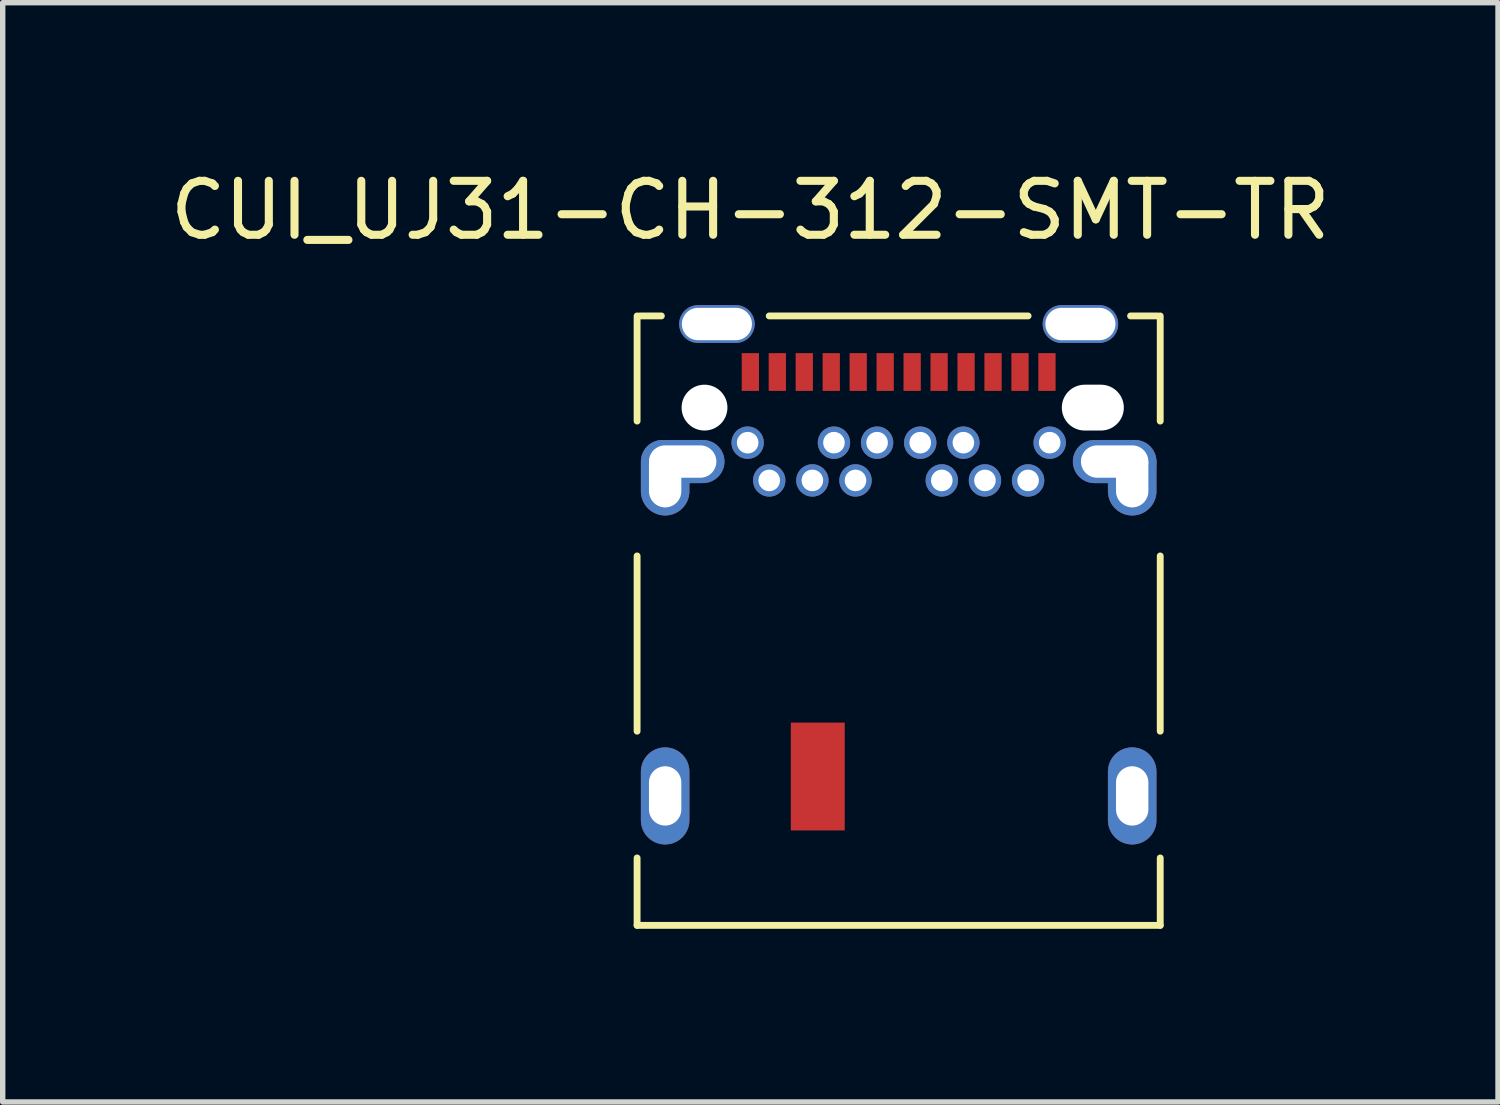
<source format=kicad_pcb>
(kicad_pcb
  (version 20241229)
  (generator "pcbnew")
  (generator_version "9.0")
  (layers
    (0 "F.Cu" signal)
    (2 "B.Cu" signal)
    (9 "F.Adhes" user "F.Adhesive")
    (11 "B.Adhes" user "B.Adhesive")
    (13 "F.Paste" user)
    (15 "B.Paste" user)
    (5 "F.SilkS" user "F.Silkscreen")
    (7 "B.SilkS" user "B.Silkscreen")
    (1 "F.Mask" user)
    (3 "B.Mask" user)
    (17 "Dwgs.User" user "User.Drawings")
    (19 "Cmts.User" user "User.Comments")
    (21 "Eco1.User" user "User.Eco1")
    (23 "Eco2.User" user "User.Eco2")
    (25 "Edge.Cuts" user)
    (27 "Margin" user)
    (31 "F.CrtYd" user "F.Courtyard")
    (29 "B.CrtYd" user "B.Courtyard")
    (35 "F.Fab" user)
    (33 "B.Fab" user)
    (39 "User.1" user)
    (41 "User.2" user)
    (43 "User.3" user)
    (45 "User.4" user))
  (footprint "CUI_UJ31-CH-312-SMT-TR"
    (layer "F.Cu")
    (at 13.613 3.848)
    (property "Reference" "CUI_UJ31-CH-312-SMT-TR" (at -2.75 -3 0) (layer "F.SilkS") (effects (font (size 1 1) (thickness 0.15))))
    (attr through_hole)
    (fp_line (start -4.85 -1.04) (end -4.85 0.91) (stroke (width 0.127) (type solid)) (layer "F.SilkS"))
    (fp_line (start -4.85 3.41) (end -4.85 6.66) (stroke (width 0.127) (type solid)) (layer "F.SilkS"))
    (fp_line (start -4.85 9.01) (end -4.85 10.26) (stroke (width 0.127) (type solid)) (layer "F.SilkS"))
    (fp_line (start -4.85 10.26) (end 4.85 10.26) (stroke (width 0.127) (type solid)) (layer "F.SilkS"))
    (fp_line (start -4.8 -1.04) (end -4.4 -1.04) (stroke (width 0.127) (type solid)) (layer "F.SilkS"))
    (fp_line (start -2.4 -1.04) (end 2.4 -1.04) (stroke (width 0.127) (type solid)) (layer "F.SilkS"))
    (fp_line (start 4.8 -1.04) (end 4.3 -1.04) (stroke (width 0.127) (type solid)) (layer "F.SilkS"))
    (fp_line (start 4.85 -1.04) (end 4.85 0.91) (stroke (width 0.127) (type solid)) (layer "F.SilkS"))
    (fp_line (start 4.85 6.66) (end 4.85 3.41) (stroke (width 0.127) (type solid)) (layer "F.SilkS"))
    (fp_line (start 4.85 10.26) (end 4.85 9.01) (stroke (width 0.127) (type solid)) (layer "F.SilkS"))
    (fp_line (start -5.12 -1.49) (end 5.12 -1.49) (stroke (width 0.05) (type solid)) (layer "Eco1.User"))
    (fp_line (start -5.12 10.51) (end -5.12 -1.49) (stroke (width 0.05) (type solid)) (layer "Eco1.User"))
    (fp_line (start 5.12 -1.49) (end 5.12 10.51) (stroke (width 0.05) (type solid)) (layer "Eco1.User"))
    (fp_line (start 5.12 10.51) (end -5.12 10.51) (stroke (width 0.05) (type solid)) (layer "Eco1.User"))
    (pad "" np_thru_hole circle (at -3.6 0.66) (size 0.85 0.85) (drill 0.85) (layers "*.Cu" "*.Mask"))
    (pad "" smd rect (at -1.5 7.5) (size 1 0.5) (layers "F.Paste"))
    (pad "" np_thru_hole oval (at 3.6 0.66) (size 1.15 0.85) (drill oval 1.15 0.85) (layers "*.Cu" "*.Mask"))
    (pad "A1" smd rect (at -2.75 0) (size 0.32 0.7) (layers "F.Cu" "F.Mask" "F.Paste"))
    (pad "A2" smd rect (at -2.25 0) (size 0.32 0.7) (layers "F.Cu" "F.Mask" "F.Paste"))
    (pad "A3" smd rect (at -1.75 0) (size 0.32 0.7) (layers "F.Cu" "F.Mask" "F.Paste"))
    (pad "A4" smd rect (at -1.25 0) (size 0.32 0.7) (layers "F.Cu" "F.Mask" "F.Paste"))
    (pad "A5" smd rect (at -0.75 0) (size 0.32 0.7) (layers "F.Cu" "F.Mask" "F.Paste"))
    (pad "A6" smd rect (at -0.25 0) (size 0.32 0.7) (layers "F.Cu" "F.Mask" "F.Paste"))
    (pad "A7" smd rect (at 0.25 0) (size 0.32 0.7) (layers "F.Cu" "F.Mask" "F.Paste"))
    (pad "A8" smd rect (at 0.75 0) (size 0.32 0.7) (layers "F.Cu" "F.Mask" "F.Paste"))
    (pad "A9" smd rect (at 1.25 0) (size 0.32 0.7) (layers "F.Cu" "F.Mask" "F.Paste"))
    (pad "A10" smd rect (at 1.75 0) (size 0.32 0.7) (layers "F.Cu" "F.Mask" "F.Paste"))
    (pad "A11" smd rect (at 2.25 0) (size 0.32 0.7) (layers "F.Cu" "F.Mask" "F.Paste"))
    (pad "A12" smd rect (at 2.75 0) (size 0.32 0.7) (layers "F.Cu" "F.Mask" "F.Paste"))
    (pad "B1" thru_hole circle (at 2.8 1.31) (size 0.6 0.6) (drill 0.4) (layers "*.Cu" "*.Mask"))
    (pad "B2" thru_hole circle (at 2.4 2.01) (size 0.6 0.6) (drill 0.4) (layers "*.Cu" "*.Mask"))
    (pad "B3" thru_hole circle (at 1.6 2.01) (size 0.6 0.6) (drill 0.4) (layers "*.Cu" "*.Mask"))
    (pad "B4" thru_hole circle (at 1.2 1.31) (size 0.6 0.6) (drill 0.4) (layers "*.Cu" "*.Mask"))
    (pad "B5" thru_hole circle (at 0.8 2.01) (size 0.6 0.6) (drill 0.4) (layers "*.Cu" "*.Mask"))
    (pad "B6" thru_hole circle (at 0.4 1.31) (size 0.6 0.6) (drill 0.4) (layers "*.Cu" "*.Mask"))
    (pad "B7" thru_hole circle (at -0.4 1.31) (size 0.6 0.6) (drill 0.4) (layers "*.Cu" "*.Mask"))
    (pad "B8" thru_hole circle (at -0.8 2.01) (size 0.6 0.6) (drill 0.4) (layers "*.Cu" "*.Mask"))
    (pad "B9" thru_hole circle (at -1.2 1.31) (size 0.6 0.6) (drill 0.4) (layers "*.Cu" "*.Mask"))
    (pad "B10" thru_hole circle (at -1.6 2.01) (size 0.6 0.6) (drill 0.4) (layers "*.Cu" "*.Mask"))
    (pad "B11" thru_hole circle (at -2.4 2.01) (size 0.6 0.6) (drill 0.4) (layers "*.Cu" "*.Mask"))
    (pad "B12" thru_hole circle (at -2.8 1.31) (size 0.6 0.6) (drill 0.4) (layers "*.Cu" "*.Mask"))
    (pad "MM" smd rect (at -1.5 7.5) (size 1 2) (layers "F.Cu" "F.Mask"))
    (pad "S1" thru_hole oval (at -4.33 1.96 90) (size 1.4 0.9) (drill oval 1.1 0.6) (layers "*.Cu" "*.Mask"))
    (pad "S1" thru_hole oval (at -4.33 7.86 90) (size 1.8 0.9) (drill oval 1.1 0.6) (layers "*.Cu" "*.Mask"))
    (pad "S1" thru_hole oval (at -4.005 1.66 180) (size 1.55 0.8) (drill oval 1.25 0.6) (layers "*.Cu" "*.Mask"))
    (pad "S1" thru_hole oval (at 4.005 1.66 180) (size 1.55 0.8) (drill oval 1.25 0.6) (layers "*.Cu" "*.Mask"))
    (pad "S1" thru_hole oval (at 4.33 1.96 90) (size 1.4 0.9) (drill oval 1.1 0.6) (layers "*.Cu" "*.Mask"))
    (pad "S1" thru_hole oval (at 4.33 7.86 90) (size 1.8 0.9) (drill oval 1.1 0.6) (layers "*.Cu" "*.Mask"))
    (pad "SB1" thru_hole oval (at -3.37 -0.89) (size 1.4 0.7) (drill oval 1.3 0.6) (layers "*.Cu" "*.Mask"))
    (pad "SB2" thru_hole oval (at 3.37 -0.89) (size 1.4 0.7) (drill oval 1.3 0.6) (layers "*.Cu" "*.Mask")))
  (gr_rect
    (start -3 -3)
    (end 24.726 17.383)
    (stroke (width 0.1) (type default))
    (fill no)
    (layer "Edge.Cuts")))
</source>
